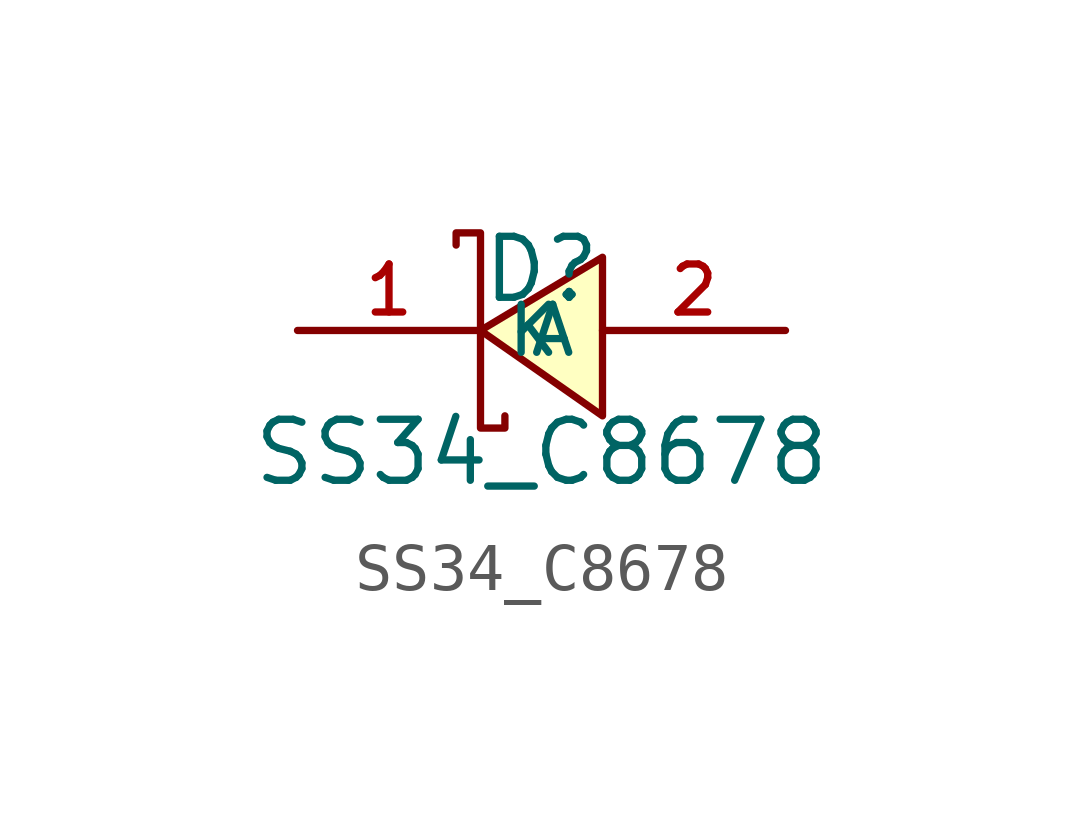
<source format=kicad_sym>
(kicad_symbol_lib
  (version 20210201)
  (generator TousstNicolas/JLC2KiCad_lib)
  (symbol "SS34_C8678"
    (property "Reference" "D"
      (at 0 1.27 0)
      (effects (font (size 1.27 1.27))))
    (property "Value" "SS34_C8678"
      (at 0 -2.54 0)
      (effects (font (size 1.27 1.27))))
    (symbol "SS34_C8678_0_1"
      (pin unspecified line (at 5.08 -0.0 180) (length 3.81) (name "A" (effects (font (size 1 1)))) (number "2" (effects (font (size 1 1)))))
      (pin unspecified line (at -5.08 -0.0 0) (length 3.81) (name "K" (effects (font (size 1 1)))) (number "1" (effects (font (size 1 1)))))
      (polyline (pts (xy 1.27 1.524) (xy -1.27 -0.0) (xy 1.27 -1.778) (xy 1.27 1.524)) (stroke (width 0) (type default) (color 0 0 0 0)) (fill (type background)))
      (polyline (pts (xy -1.27 -0.0) (xy -1.27 -2.032) (xy -0.762 -2.032) (xy -0.762 -1.778)) (stroke (width 0) (type default) (color 0 0 0 0)) (fill (type none)))
      (polyline (pts (xy -1.27 -0.0) (xy -1.27 2.032) (xy -1.778 2.032) (xy -1.778 1.778)) (stroke (width 0) (type default) (color 0 0 0 0)) (fill (type none))))))
</source>
